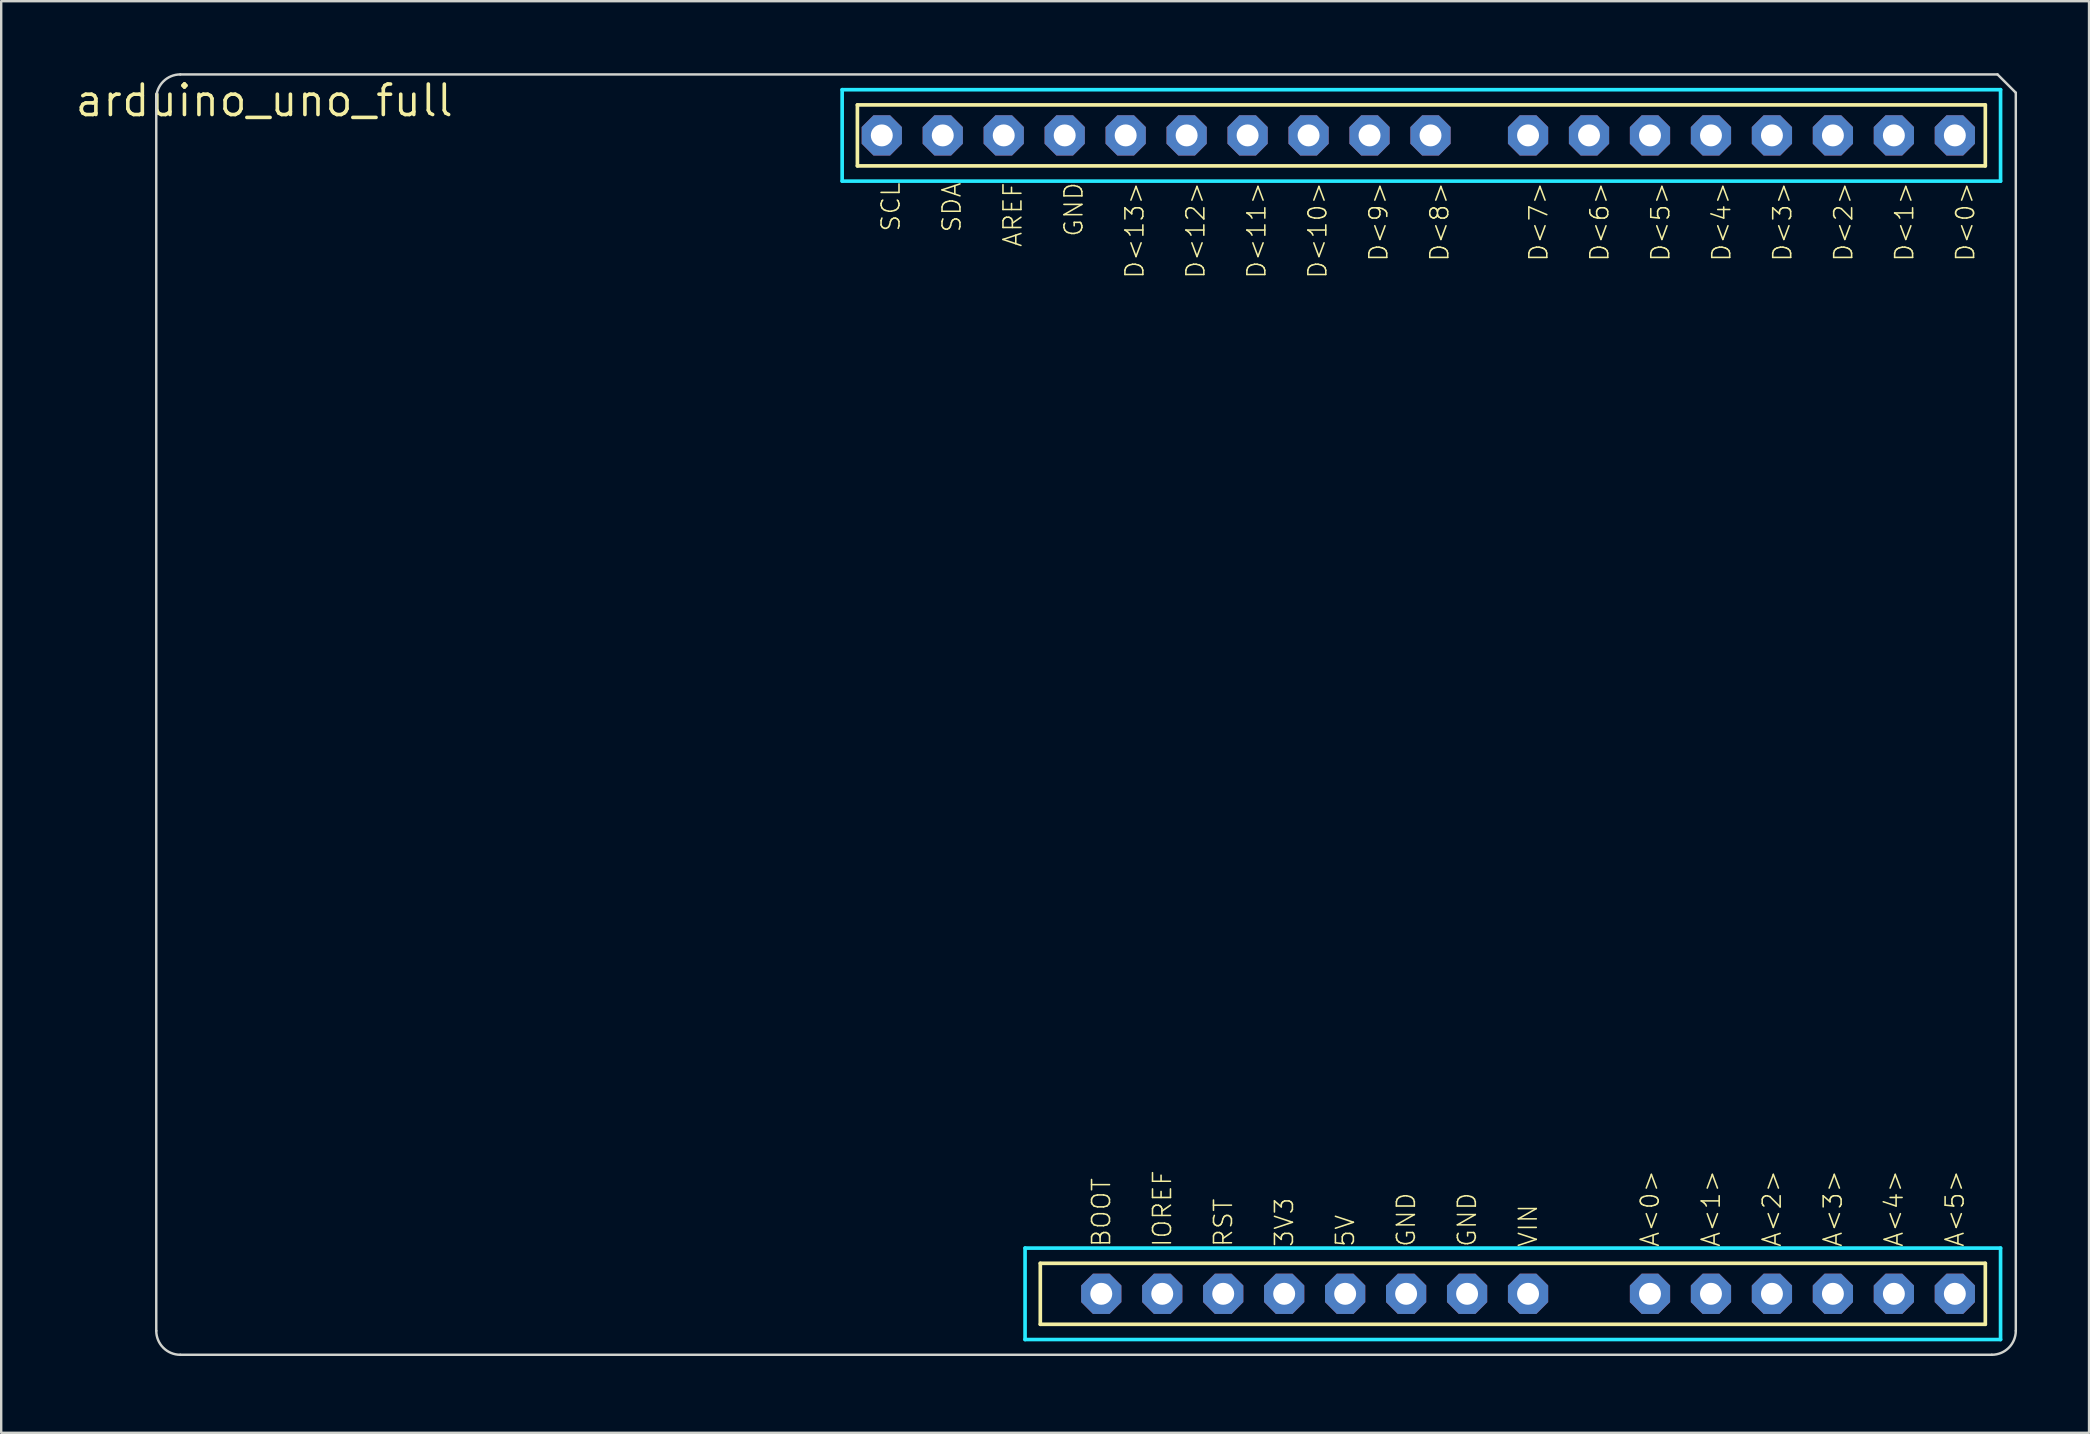
<source format=kicad_pcb>
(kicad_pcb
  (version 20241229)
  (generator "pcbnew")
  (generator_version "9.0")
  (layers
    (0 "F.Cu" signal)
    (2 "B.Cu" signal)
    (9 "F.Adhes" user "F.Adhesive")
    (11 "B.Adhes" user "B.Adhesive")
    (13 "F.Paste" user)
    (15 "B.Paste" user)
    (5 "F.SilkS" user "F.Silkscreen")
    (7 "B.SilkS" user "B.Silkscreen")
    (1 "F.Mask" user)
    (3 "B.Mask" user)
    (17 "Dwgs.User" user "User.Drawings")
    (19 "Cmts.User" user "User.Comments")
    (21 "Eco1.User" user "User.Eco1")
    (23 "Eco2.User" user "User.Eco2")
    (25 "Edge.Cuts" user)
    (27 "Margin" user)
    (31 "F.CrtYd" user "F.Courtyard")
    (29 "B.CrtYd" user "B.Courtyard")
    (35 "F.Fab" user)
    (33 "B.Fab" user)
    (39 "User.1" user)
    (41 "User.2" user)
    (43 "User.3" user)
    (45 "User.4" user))
  (footprint "arduino_uno_full"
    (layer "F.Cu")
    (at 3.46 53.391)
    (property "Reference" "arduino_uno_full" (at 4.5 -52.25 0) (layer "F.SilkS") (effects (font (size 1.27 1.27) (thickness 0.15))))
    (fp_line (start 29.21 -52.07) (end 29.21 -49.53) (stroke (width 0.152) (type solid)) (layer "F.SilkS"))
    (fp_line (start 29.21 -49.53) (end 76.2 -49.53) (stroke (width 0.152) (type solid)) (layer "F.SilkS"))
    (fp_line (start 36.83 -3.81) (end 36.83 -1.27) (stroke (width 0.152) (type solid)) (layer "F.SilkS"))
    (fp_line (start 36.83 -1.27) (end 76.2 -1.27) (stroke (width 0.152) (type solid)) (layer "F.SilkS"))
    (fp_line (start 76.2 -52.07) (end 29.21 -52.07) (stroke (width 0.152) (type solid)) (layer "F.SilkS"))
    (fp_line (start 76.2 -49.53) (end 76.2 -52.07) (stroke (width 0.152) (type solid)) (layer "F.SilkS"))
    (fp_line (start 76.2 -3.81) (end 36.83 -3.81) (stroke (width 0.152) (type solid)) (layer "F.SilkS"))
    (fp_line (start 76.2 -1.27) (end 76.2 -3.81) (stroke (width 0.152) (type solid)) (layer "F.SilkS"))
    (fp_line (start 0 -1) (end 0 -52.34) (stroke (width 0.102) (type solid)) (layer "Edge.Cuts"))
    (fp_line (start 1 -53.34) (end 76.708 -53.34) (stroke (width 0.102) (type solid)) (layer "Edge.Cuts"))
    (fp_line (start 76.47 0) (end 1 0) (stroke (width 0.102) (type solid)) (layer "Edge.Cuts"))
    (fp_line (start 76.708 -53.34) (end 77.47 -52.578) (stroke (width 0.102) (type solid)) (layer "Edge.Cuts"))
    (fp_line (start 77.47 -52.578) (end 77.47 -1) (stroke (width 0.102) (type solid)) (layer "Edge.Cuts"))
    (fp_arc (start 0 -52.34) (mid 0.292893 -53.047107) (end 1 -53.34) (stroke (width 0.1016) (type solid)) (layer "Edge.Cuts"))
    (fp_arc (start 1 0) (mid 0.292893 -0.292893) (end 0 -1) (stroke (width 0.1016) (type solid)) (layer "Edge.Cuts"))
    (fp_arc (start 77.47 -1) (mid 77.177107 -0.292893) (end 76.47 0) (stroke (width 0.1016) (type solid)) (layer "Edge.Cuts"))
    (fp_line (start 28.575 -52.705) (end 28.575 -48.895) (stroke (width 0.152) (type solid)) (layer "B.CrtYd"))
    (fp_line (start 28.575 -48.895) (end 76.835 -48.895) (stroke (width 0.152) (type solid)) (layer "B.CrtYd"))
    (fp_line (start 36.195 -4.445) (end 36.195 -0.635) (stroke (width 0.152) (type solid)) (layer "B.CrtYd"))
    (fp_line (start 36.195 -0.635) (end 76.835 -0.635) (stroke (width 0.152) (type solid)) (layer "B.CrtYd"))
    (fp_line (start 76.835 -52.705) (end 28.575 -52.705) (stroke (width 0.152) (type solid)) (layer "B.CrtYd"))
    (fp_line (start 76.835 -48.895) (end 76.835 -52.705) (stroke (width 0.152) (type solid)) (layer "B.CrtYd"))
    (fp_line (start 76.835 -4.445) (end 36.195 -4.445) (stroke (width 0.152) (type solid)) (layer "B.CrtYd"))
    (fp_line (start 76.835 -0.635) (end 76.835 -4.445) (stroke (width 0.152) (type solid)) (layer "B.CrtYd"))
    (fp_text user "A<0>" (at 62.23 -4.445 90) (layer "F.SilkS") (effects (font (size 0.748 0.748) (thickness 0.065)) (justify left)))
    (fp_text user "D<11>" (at 45.403 -48.895 90) (layer "F.SilkS") (effects (font (size 0.748 0.748) (thickness 0.065)) (justify right top)))
    (fp_text user "D<6>" (at 59.69 -48.895 90) (layer "F.SilkS") (effects (font (size 0.748 0.748) (thickness 0.065)) (justify right top)))
    (fp_text user "SDA" (at 32.703 -48.895 90) (layer "F.SilkS") (effects (font (size 0.748 0.748) (thickness 0.065)) (justify right top)))
    (fp_text user "5V" (at 49.53 -4.445 90) (layer "F.SilkS") (effects (font (size 0.748 0.748) (thickness 0.065)) (justify left)))
    (fp_text user "GND" (at 37.782 -48.895 90) (layer "F.SilkS") (effects (font (size 0.748 0.748) (thickness 0.065)) (justify right top)))
    (fp_text user "VIN" (at 57.15 -4.445 90) (layer "F.SilkS") (effects (font (size 0.748 0.748) (thickness 0.065)) (justify left)))
    (fp_text user "D<5>" (at 62.23 -48.895 90) (layer "F.SilkS") (effects (font (size 0.748 0.748) (thickness 0.065)) (justify right top)))
    (fp_text user "A<4>" (at 72.39 -4.445 90) (layer "F.SilkS") (effects (font (size 0.748 0.748) (thickness 0.065)) (justify left)))
    (fp_text user "D<12>" (at 42.862 -48.895 90) (layer "F.SilkS") (effects (font (size 0.748 0.748) (thickness 0.065)) (justify right top)))
    (fp_text user "D<1>" (at 72.39 -48.895 90) (layer "F.SilkS") (effects (font (size 0.748 0.748) (thickness 0.065)) (justify right top)))
    (fp_text user "GND" (at 54.61 -4.445 90) (layer "F.SilkS") (effects (font (size 0.748 0.748) (thickness 0.065)) (justify left)))
    (fp_text user "3V3" (at 46.99 -4.445 90) (layer "F.SilkS") (effects (font (size 0.748 0.748) (thickness 0.065)) (justify left)))
    (fp_text user "D<2>" (at 69.85 -48.895 90) (layer "F.SilkS") (effects (font (size 0.748 0.748) (thickness 0.065)) (justify right top)))
    (fp_text user "GND" (at 52.07 -4.445 90) (layer "F.SilkS") (effects (font (size 0.748 0.748) (thickness 0.065)) (justify left)))
    (fp_text user "D<4>" (at 64.77 -48.895 90) (layer "F.SilkS") (effects (font (size 0.748 0.748) (thickness 0.065)) (justify right top)))
    (fp_text user "D<9>" (at 50.483 -48.895 90) (layer "F.SilkS") (effects (font (size 0.748 0.748) (thickness 0.065)) (justify right top)))
    (fp_text user "BOOT" (at 39.37 -4.445 90) (layer "F.SilkS") (effects (font (size 0.748 0.748) (thickness 0.065)) (justify left)))
    (fp_text user "A<5>" (at 74.93 -4.445 90) (layer "F.SilkS") (effects (font (size 0.748 0.748) (thickness 0.065)) (justify left)))
    (fp_text user "D<13>" (at 40.322 -48.895 90) (layer "F.SilkS") (effects (font (size 0.748 0.748) (thickness 0.065)) (justify right top)))
    (fp_text user "D<0>" (at 74.93 -48.895 90) (layer "F.SilkS") (effects (font (size 0.748 0.748) (thickness 0.065)) (justify right top)))
    (fp_text user "D<8>" (at 53.023 -48.895 90) (layer "F.SilkS") (effects (font (size 0.748 0.748) (thickness 0.065)) (justify right top)))
    (fp_text user "A<1>" (at 64.77 -4.445 90) (layer "F.SilkS") (effects (font (size 0.748 0.748) (thickness 0.065)) (justify left)))
    (fp_text user "RST" (at 44.45 -4.445 90) (layer "F.SilkS") (effects (font (size 0.748 0.748) (thickness 0.065)) (justify left)))
    (fp_text user "D<3>" (at 67.31 -48.895 90) (layer "F.SilkS") (effects (font (size 0.748 0.748) (thickness 0.065)) (justify right top)))
    (fp_text user "A<2>" (at 67.31 -4.445 90) (layer "F.SilkS") (effects (font (size 0.748 0.748) (thickness 0.065)) (justify left)))
    (fp_text user "D<10>" (at 47.943 -48.895 90) (layer "F.SilkS") (effects (font (size 0.748 0.748) (thickness 0.065)) (justify right top)))
    (fp_text user "AREF" (at 35.242 -48.895 90) (layer "F.SilkS") (effects (font (size 0.748 0.748) (thickness 0.065)) (justify right top)))
    (fp_text user "IOREF" (at 41.91 -4.445 90) (layer "F.SilkS") (effects (font (size 0.748 0.748) (thickness 0.065)) (justify left)))
    (fp_text user "A<3>" (at 69.85 -4.445 90) (layer "F.SilkS") (effects (font (size 0.748 0.748) (thickness 0.065)) (justify left)))
    (fp_text user "D<7>" (at 57.15 -48.895 90) (layer "F.SilkS") (effects (font (size 0.748 0.748) (thickness 0.065)) (justify right top)))
    (fp_text user "SCL" (at 30.163 -48.895 90) (layer "F.SilkS") (effects (font (size 0.748 0.748) (thickness 0.065)) (justify right top)))
    (pad "3V3" thru_hole roundrect (at 46.99 -2.54) (size 1.676 1.676) (drill 0.914) (layers "*.Cu" "*.Mask") (roundrect_rratio 0.25) (chamfer_ratio 0.293) (chamfer top_left top_right bottom_left bottom_right))
    (pad "5V" thru_hole roundrect (at 49.53 -2.54) (size 1.676 1.676) (drill 0.914) (layers "*.Cu" "*.Mask") (roundrect_rratio 0.25) (chamfer_ratio 0.293) (chamfer top_left top_right bottom_left bottom_right))
    (pad "A0" thru_hole roundrect (at 62.23 -2.54) (size 1.676 1.676) (drill 0.914) (layers "*.Cu" "*.Mask") (roundrect_rratio 0.25) (chamfer_ratio 0.293) (chamfer top_left top_right bottom_left bottom_right))
    (pad "A1" thru_hole roundrect (at 64.77 -2.54) (size 1.676 1.676) (drill 0.914) (layers "*.Cu" "*.Mask") (roundrect_rratio 0.25) (chamfer_ratio 0.293) (chamfer top_left top_right bottom_left bottom_right))
    (pad "A2" thru_hole roundrect (at 67.31 -2.54) (size 1.676 1.676) (drill 0.914) (layers "*.Cu" "*.Mask") (roundrect_rratio 0.25) (chamfer_ratio 0.293) (chamfer top_left top_right bottom_left bottom_right))
    (pad "A3" thru_hole roundrect (at 69.85 -2.54) (size 1.676 1.676) (drill 0.914) (layers "*.Cu" "*.Mask") (roundrect_rratio 0.25) (chamfer_ratio 0.293) (chamfer top_left top_right bottom_left bottom_right))
    (pad "A4" thru_hole roundrect (at 72.39 -2.54) (size 1.676 1.676) (drill 0.914) (layers "*.Cu" "*.Mask") (roundrect_rratio 0.25) (chamfer_ratio 0.293) (chamfer top_left top_right bottom_left bottom_right))
    (pad "A5" thru_hole roundrect (at 74.93 -2.54) (size 1.676 1.676) (drill 0.914) (layers "*.Cu" "*.Mask") (roundrect_rratio 0.25) (chamfer_ratio 0.293) (chamfer top_left top_right bottom_left bottom_right))
    (pad "AREF" thru_hole roundrect (at 35.306 -50.8) (size 1.676 1.676) (drill 0.914) (layers "*.Cu" "*.Mask") (roundrect_rratio 0.25) (chamfer_ratio 0.293) (chamfer top_left top_right bottom_left bottom_right))
    (pad "BOOT" thru_hole roundrect (at 39.37 -2.54) (size 1.676 1.676) (drill 0.914) (layers "*.Cu" "*.Mask") (roundrect_rratio 0.25) (chamfer_ratio 0.293) (chamfer top_left top_right bottom_left bottom_right))
    (pad "D0" thru_hole roundrect (at 74.93 -50.8) (size 1.676 1.676) (drill 0.914) (layers "*.Cu" "*.Mask") (roundrect_rratio 0.25) (chamfer_ratio 0.293) (chamfer top_left top_right bottom_left bottom_right))
    (pad "D1" thru_hole roundrect (at 72.39 -50.8) (size 1.676 1.676) (drill 0.914) (layers "*.Cu" "*.Mask") (roundrect_rratio 0.25) (chamfer_ratio 0.293) (chamfer top_left top_right bottom_left bottom_right))
    (pad "D2" thru_hole roundrect (at 69.85 -50.8) (size 1.676 1.676) (drill 0.914) (layers "*.Cu" "*.Mask") (roundrect_rratio 0.25) (chamfer_ratio 0.293) (chamfer top_left top_right bottom_left bottom_right))
    (pad "D3" thru_hole roundrect (at 67.31 -50.8) (size 1.676 1.676) (drill 0.914) (layers "*.Cu" "*.Mask") (roundrect_rratio 0.25) (chamfer_ratio 0.293) (chamfer top_left top_right bottom_left bottom_right))
    (pad "D4" thru_hole roundrect (at 64.77 -50.8) (size 1.676 1.676) (drill 0.914) (layers "*.Cu" "*.Mask") (roundrect_rratio 0.25) (chamfer_ratio 0.293) (chamfer top_left top_right bottom_left bottom_right))
    (pad "D5" thru_hole roundrect (at 62.23 -50.8) (size 1.676 1.676) (drill 0.914) (layers "*.Cu" "*.Mask") (roundrect_rratio 0.25) (chamfer_ratio 0.293) (chamfer top_left top_right bottom_left bottom_right))
    (pad "D6" thru_hole roundrect (at 59.69 -50.8) (size 1.676 1.676) (drill 0.914) (layers "*.Cu" "*.Mask") (roundrect_rratio 0.25) (chamfer_ratio 0.293) (chamfer top_left top_right bottom_left bottom_right))
    (pad "D7" thru_hole roundrect (at 57.15 -50.8) (size 1.676 1.676) (drill 0.914) (layers "*.Cu" "*.Mask") (roundrect_rratio 0.25) (chamfer_ratio 0.293) (chamfer top_left top_right bottom_left bottom_right))
    (pad "D8" thru_hole roundrect (at 53.086 -50.8) (size 1.676 1.676) (drill 0.914) (layers "*.Cu" "*.Mask") (roundrect_rratio 0.25) (chamfer_ratio 0.293) (chamfer top_left top_right bottom_left bottom_right))
    (pad "D9" thru_hole roundrect (at 50.546 -50.8) (size 1.676 1.676) (drill 0.914) (layers "*.Cu" "*.Mask") (roundrect_rratio 0.25) (chamfer_ratio 0.293) (chamfer top_left top_right bottom_left bottom_right))
    (pad "D10" thru_hole roundrect (at 48.006 -50.8) (size 1.676 1.676) (drill 0.914) (layers "*.Cu" "*.Mask") (roundrect_rratio 0.25) (chamfer_ratio 0.293) (chamfer top_left top_right bottom_left bottom_right))
    (pad "D11" thru_hole roundrect (at 45.466 -50.8) (size 1.676 1.676) (drill 0.914) (layers "*.Cu" "*.Mask") (roundrect_rratio 0.25) (chamfer_ratio 0.293) (chamfer top_left top_right bottom_left bottom_right))
    (pad "D12" thru_hole roundrect (at 42.926 -50.8) (size 1.676 1.676) (drill 0.914) (layers "*.Cu" "*.Mask") (roundrect_rratio 0.25) (chamfer_ratio 0.293) (chamfer top_left top_right bottom_left bottom_right))
    (pad "D13" thru_hole roundrect (at 40.386 -50.8) (size 1.676 1.676) (drill 0.914) (layers "*.Cu" "*.Mask") (roundrect_rratio 0.25) (chamfer_ratio 0.293) (chamfer top_left top_right bottom_left bottom_right))
    (pad "G0" thru_hole roundrect (at 52.07 -2.54) (size 1.676 1.676) (drill 0.914) (layers "*.Cu" "*.Mask") (roundrect_rratio 0.25) (chamfer_ratio 0.293) (chamfer top_left top_right bottom_left bottom_right))
    (pad "G1" thru_hole roundrect (at 54.61 -2.54) (size 1.676 1.676) (drill 0.914) (layers "*.Cu" "*.Mask") (roundrect_rratio 0.25) (chamfer_ratio 0.293) (chamfer top_left top_right bottom_left bottom_right))
    (pad "G2" thru_hole roundrect (at 37.846 -50.8) (size 1.676 1.676) (drill 0.914) (layers "*.Cu" "*.Mask") (roundrect_rratio 0.25) (chamfer_ratio 0.293) (chamfer top_left top_right bottom_left bottom_right))
    (pad "IOREF" thru_hole roundrect (at 41.91 -2.54) (size 1.676 1.676) (drill 0.914) (layers "*.Cu" "*.Mask") (roundrect_rratio 0.25) (chamfer_ratio 0.293) (chamfer top_left top_right bottom_left bottom_right))
    (pad "RST" thru_hole roundrect (at 44.45 -2.54) (size 1.676 1.676) (drill 0.914) (layers "*.Cu" "*.Mask") (roundrect_rratio 0.25) (chamfer_ratio 0.293) (chamfer top_left top_right bottom_left bottom_right))
    (pad "SCL" thru_hole roundrect (at 30.226 -50.8) (size 1.676 1.676) (drill 0.914) (layers "*.Cu" "*.Mask") (roundrect_rratio 0.25) (chamfer_ratio 0.293) (chamfer top_left top_right bottom_left bottom_right))
    (pad "SDA" thru_hole roundrect (at 32.766 -50.8) (size 1.676 1.676) (drill 0.914) (layers "*.Cu" "*.Mask") (roundrect_rratio 0.25) (chamfer_ratio 0.293) (chamfer top_left top_right bottom_left bottom_right))
    (pad "VIN" thru_hole roundrect (at 57.15 -2.54) (size 1.676 1.676) (drill 0.914) (layers "*.Cu" "*.Mask") (roundrect_rratio 0.25) (chamfer_ratio 0.293) (chamfer top_left top_right bottom_left bottom_right)))
  (gr_rect
    (start -3 -3)
    (end 83.981 56.641)
    (stroke (width 0.1) (type default))
    (fill no)
    (layer "Edge.Cuts")))
</source>
